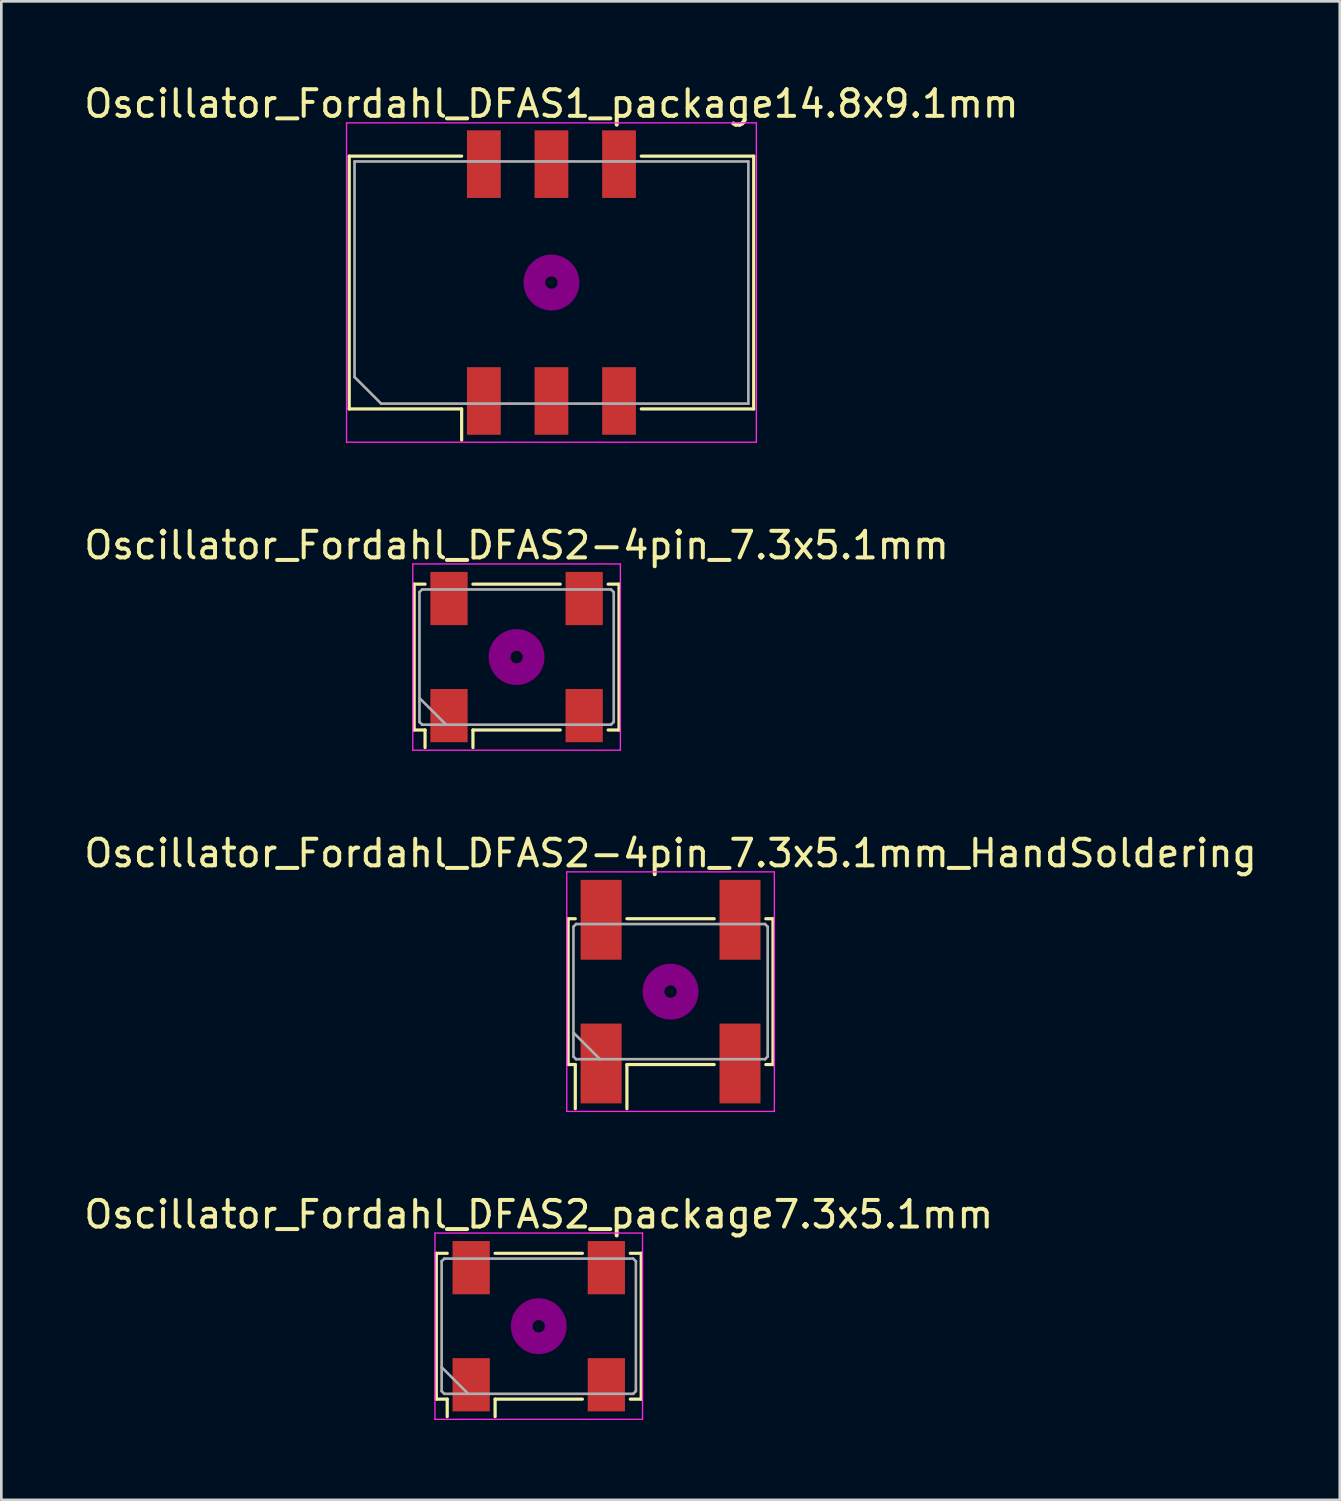
<source format=kicad_pcb>
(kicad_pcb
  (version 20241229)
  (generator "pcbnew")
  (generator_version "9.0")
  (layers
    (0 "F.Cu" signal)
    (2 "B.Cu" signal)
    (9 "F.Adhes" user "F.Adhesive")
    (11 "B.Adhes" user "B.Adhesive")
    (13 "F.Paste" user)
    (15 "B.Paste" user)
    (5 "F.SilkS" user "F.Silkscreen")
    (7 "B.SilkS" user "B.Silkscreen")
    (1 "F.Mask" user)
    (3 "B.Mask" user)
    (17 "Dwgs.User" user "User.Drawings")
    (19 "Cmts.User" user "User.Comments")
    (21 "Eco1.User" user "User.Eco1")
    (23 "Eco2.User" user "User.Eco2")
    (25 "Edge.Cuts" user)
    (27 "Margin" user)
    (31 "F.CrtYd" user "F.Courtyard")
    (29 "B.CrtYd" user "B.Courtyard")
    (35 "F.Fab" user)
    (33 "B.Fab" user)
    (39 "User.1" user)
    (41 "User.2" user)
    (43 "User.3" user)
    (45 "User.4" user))
  (footprint "Oscillator_Fordahl_DFAS2-4pin_7.3x5.1mm"
    (layer "F.Cu")
    (at 16.363 21.642)
    (property "Reference" "Oscillator_Fordahl_DFAS2-4pin_7.3x5.1mm" (at 0 -4.2 0) (layer "F.SilkS") (effects (font (size 1 1) (thickness 0.15))))
    (attr smd)
    (fp_line (start -3.85 -2.74) (end -3.44 -2.74) (stroke (width 0.12) (type solid)) (layer "F.SilkS"))
    (fp_line (start -3.85 2.74) (end -3.85 -2.74) (stroke (width 0.12) (type solid)) (layer "F.SilkS"))
    (fp_line (start -3.44 2.74) (end -3.85 2.74) (stroke (width 0.12) (type solid)) (layer "F.SilkS"))
    (fp_line (start -3.44 3.4) (end -3.44 2.74) (stroke (width 0.12) (type solid)) (layer "F.SilkS"))
    (fp_line (start -1.64 -2.74) (end 1.64 -2.74) (stroke (width 0.12) (type solid)) (layer "F.SilkS"))
    (fp_line (start -1.64 2.74) (end -1.64 3.4) (stroke (width 0.12) (type solid)) (layer "F.SilkS"))
    (fp_line (start 1.64 2.74) (end -1.64 2.74) (stroke (width 0.12) (type solid)) (layer "F.SilkS"))
    (fp_line (start 3.44 -2.74) (end 3.85 -2.74) (stroke (width 0.12) (type solid)) (layer "F.SilkS"))
    (fp_line (start 3.85 -2.74) (end 3.85 2.74) (stroke (width 0.12) (type solid)) (layer "F.SilkS"))
    (fp_line (start 3.85 2.74) (end 3.44 2.74) (stroke (width 0.12) (type solid)) (layer "F.SilkS"))
    (fp_circle (center 0 0) (end 0.233 0) (stroke (width 0.467) (type solid)) (fill no) (layer "F.Adhes"))
    (fp_circle (center 0 0) (end 0.533 0) (stroke (width 0.333) (type solid)) (fill no) (layer "F.Adhes"))
    (fp_circle (center 0 0) (end 0.833 0) (stroke (width 0.333) (type solid)) (fill no) (layer "F.Adhes"))
    (fp_circle (center 0 0) (end 1 0) (stroke (width 0.1) (type solid)) (fill no) (layer "F.Adhes"))
    (fp_line (start -3.9 -3.5) (end -3.9 3.5) (stroke (width 0.05) (type solid)) (layer "F.CrtYd"))
    (fp_line (start -3.9 3.5) (end 3.9 3.5) (stroke (width 0.05) (type solid)) (layer "F.CrtYd"))
    (fp_line (start 3.9 -3.5) (end -3.9 -3.5) (stroke (width 0.05) (type solid)) (layer "F.CrtYd"))
    (fp_line (start 3.9 3.5) (end 3.9 -3.5) (stroke (width 0.05) (type solid)) (layer "F.CrtYd"))
    (fp_line (start -3.65 -2.44) (end -3.55 -2.54) (stroke (width 0.1) (type solid)) (layer "F.Fab"))
    (fp_line (start -3.65 1.54) (end -2.65 2.54) (stroke (width 0.1) (type solid)) (layer "F.Fab"))
    (fp_line (start -3.65 2.44) (end -3.65 -2.44) (stroke (width 0.1) (type solid)) (layer "F.Fab"))
    (fp_line (start -3.55 -2.54) (end 3.55 -2.54) (stroke (width 0.1) (type solid)) (layer "F.Fab"))
    (fp_line (start -3.55 2.54) (end -3.65 2.44) (stroke (width 0.1) (type solid)) (layer "F.Fab"))
    (fp_line (start 3.55 -2.54) (end 3.65 -2.44) (stroke (width 0.1) (type solid)) (layer "F.Fab"))
    (fp_line (start 3.55 2.54) (end -3.55 2.54) (stroke (width 0.1) (type solid)) (layer "F.Fab"))
    (fp_line (start 3.65 -2.44) (end 3.65 2.44) (stroke (width 0.1) (type solid)) (layer "F.Fab"))
    (fp_line (start 3.65 2.44) (end 3.55 2.54) (stroke (width 0.1) (type solid)) (layer "F.Fab"))
    (pad "1" smd rect (at -2.54 2.2) (size 1.4 2) (layers "F.Cu" "F.Mask"))
    (pad "2" smd rect (at 2.54 2.2) (size 1.4 2) (layers "F.Cu" "F.Mask"))
    (pad "3" smd rect (at 2.54 -2.2) (size 1.4 2) (layers "F.Cu" "F.Mask"))
    (pad "4" smd rect (at -2.54 -2.2) (size 1.4 2) (layers "F.Cu" "F.Mask")))
  (footprint "Oscillator_Fordahl_DFAS2-4pin_7.3x5.1mm_HandSoldering"
    (layer "F.Cu")
    (at 22.149 34.215)
    (property "Reference" "Oscillator_Fordahl_DFAS2-4pin_7.3x5.1mm_HandSoldering" (at 0 -5.2 0) (layer "F.SilkS") (effects (font (size 1 1) (thickness 0.15))))
    (attr smd)
    (fp_line (start -3.85 -2.74) (end -3.58 -2.74) (stroke (width 0.12) (type solid)) (layer "F.SilkS"))
    (fp_line (start -3.85 2.74) (end -3.85 -2.74) (stroke (width 0.12) (type solid)) (layer "F.SilkS"))
    (fp_line (start -3.58 2.74) (end -3.85 2.74) (stroke (width 0.12) (type solid)) (layer "F.SilkS"))
    (fp_line (start -3.58 4.4) (end -3.58 2.74) (stroke (width 0.12) (type solid)) (layer "F.SilkS"))
    (fp_line (start -1.64 -2.74) (end 1.64 -2.74) (stroke (width 0.12) (type solid)) (layer "F.SilkS"))
    (fp_line (start -1.64 2.74) (end -1.64 4.4) (stroke (width 0.12) (type solid)) (layer "F.SilkS"))
    (fp_line (start 1.64 2.74) (end -1.64 2.74) (stroke (width 0.12) (type solid)) (layer "F.SilkS"))
    (fp_line (start 3.58 -2.74) (end 3.85 -2.74) (stroke (width 0.12) (type solid)) (layer "F.SilkS"))
    (fp_line (start 3.85 -2.74) (end 3.85 2.74) (stroke (width 0.12) (type solid)) (layer "F.SilkS"))
    (fp_line (start 3.85 2.74) (end 3.58 2.74) (stroke (width 0.12) (type solid)) (layer "F.SilkS"))
    (fp_circle (center 0 0) (end 0.233 0) (stroke (width 0.467) (type solid)) (fill no) (layer "F.Adhes"))
    (fp_circle (center 0 0) (end 0.533 0) (stroke (width 0.333) (type solid)) (fill no) (layer "F.Adhes"))
    (fp_circle (center 0 0) (end 0.833 0) (stroke (width 0.333) (type solid)) (fill no) (layer "F.Adhes"))
    (fp_circle (center 0 0) (end 1 0) (stroke (width 0.1) (type solid)) (fill no) (layer "F.Adhes"))
    (fp_line (start -3.9 -4.5) (end -3.9 4.5) (stroke (width 0.05) (type solid)) (layer "F.CrtYd"))
    (fp_line (start -3.9 4.5) (end 3.9 4.5) (stroke (width 0.05) (type solid)) (layer "F.CrtYd"))
    (fp_line (start 3.9 -4.5) (end -3.9 -4.5) (stroke (width 0.05) (type solid)) (layer "F.CrtYd"))
    (fp_line (start 3.9 4.5) (end 3.9 -4.5) (stroke (width 0.05) (type solid)) (layer "F.CrtYd"))
    (fp_line (start -3.65 -2.44) (end -3.55 -2.54) (stroke (width 0.1) (type solid)) (layer "F.Fab"))
    (fp_line (start -3.65 1.54) (end -2.65 2.54) (stroke (width 0.1) (type solid)) (layer "F.Fab"))
    (fp_line (start -3.65 2.44) (end -3.65 -2.44) (stroke (width 0.1) (type solid)) (layer "F.Fab"))
    (fp_line (start -3.55 -2.54) (end 3.55 -2.54) (stroke (width 0.1) (type solid)) (layer "F.Fab"))
    (fp_line (start -3.55 2.54) (end -3.65 2.44) (stroke (width 0.1) (type solid)) (layer "F.Fab"))
    (fp_line (start 3.55 -2.54) (end 3.65 -2.44) (stroke (width 0.1) (type solid)) (layer "F.Fab"))
    (fp_line (start 3.55 2.54) (end -3.55 2.54) (stroke (width 0.1) (type solid)) (layer "F.Fab"))
    (fp_line (start 3.65 -2.44) (end 3.65 2.44) (stroke (width 0.1) (type solid)) (layer "F.Fab"))
    (fp_line (start 3.65 2.44) (end 3.55 2.54) (stroke (width 0.1) (type solid)) (layer "F.Fab"))
    (pad "1" smd rect (at -2.61 2.7) (size 1.54 3) (layers "F.Cu" "F.Mask"))
    (pad "2" smd rect (at 2.61 2.7) (size 1.54 3) (layers "F.Cu" "F.Mask"))
    (pad "3" smd rect (at 2.61 -2.7) (size 1.54 3) (layers "F.Cu" "F.Mask"))
    (pad "4" smd rect (at -2.61 -2.7) (size 1.54 3) (layers "F.Cu" "F.Mask")))
  (footprint "Oscillator_Fordahl_DFAS2_package7.3x5.1mm"
    (layer "F.Cu")
    (at 17.196 46.788)
    (property "Reference" "Oscillator_Fordahl_DFAS2_package7.3x5.1mm" (at 0 -4.2 0) (layer "F.SilkS") (effects (font (size 1 1) (thickness 0.15))))
    (attr smd)
    (fp_line (start -3.85 -2.74) (end -3.44 -2.74) (stroke (width 0.12) (type solid)) (layer "F.SilkS"))
    (fp_line (start -3.85 2.74) (end -3.85 -2.74) (stroke (width 0.12) (type solid)) (layer "F.SilkS"))
    (fp_line (start -3.44 2.74) (end -3.85 2.74) (stroke (width 0.12) (type solid)) (layer "F.SilkS"))
    (fp_line (start -3.44 3.4) (end -3.44 2.74) (stroke (width 0.12) (type solid)) (layer "F.SilkS"))
    (fp_line (start -1.64 -2.74) (end 1.64 -2.74) (stroke (width 0.12) (type solid)) (layer "F.SilkS"))
    (fp_line (start -1.64 2.74) (end -1.64 3.4) (stroke (width 0.12) (type solid)) (layer "F.SilkS"))
    (fp_line (start 1.64 2.74) (end -1.64 2.74) (stroke (width 0.12) (type solid)) (layer "F.SilkS"))
    (fp_line (start 3.44 -2.74) (end 3.85 -2.74) (stroke (width 0.12) (type solid)) (layer "F.SilkS"))
    (fp_line (start 3.85 -2.74) (end 3.85 2.74) (stroke (width 0.12) (type solid)) (layer "F.SilkS"))
    (fp_line (start 3.85 2.74) (end 3.44 2.74) (stroke (width 0.12) (type solid)) (layer "F.SilkS"))
    (fp_circle (center 0 0) (end 0.233 0) (stroke (width 0.467) (type solid)) (fill no) (layer "F.Adhes"))
    (fp_circle (center 0 0) (end 0.533 0) (stroke (width 0.333) (type solid)) (fill no) (layer "F.Adhes"))
    (fp_circle (center 0 0) (end 0.833 0) (stroke (width 0.333) (type solid)) (fill no) (layer "F.Adhes"))
    (fp_circle (center 0 0) (end 1 0) (stroke (width 0.1) (type solid)) (fill no) (layer "F.Adhes"))
    (fp_line (start -3.9 -3.5) (end -3.9 3.5) (stroke (width 0.05) (type solid)) (layer "F.CrtYd"))
    (fp_line (start -3.9 3.5) (end 3.9 3.5) (stroke (width 0.05) (type solid)) (layer "F.CrtYd"))
    (fp_line (start 3.9 -3.5) (end -3.9 -3.5) (stroke (width 0.05) (type solid)) (layer "F.CrtYd"))
    (fp_line (start 3.9 3.5) (end 3.9 -3.5) (stroke (width 0.05) (type solid)) (layer "F.CrtYd"))
    (fp_line (start -3.65 -2.44) (end -3.55 -2.54) (stroke (width 0.1) (type solid)) (layer "F.Fab"))
    (fp_line (start -3.65 1.54) (end -2.65 2.54) (stroke (width 0.1) (type solid)) (layer "F.Fab"))
    (fp_line (start -3.65 2.44) (end -3.65 -2.44) (stroke (width 0.1) (type solid)) (layer "F.Fab"))
    (fp_line (start -3.55 -2.54) (end 3.55 -2.54) (stroke (width 0.1) (type solid)) (layer "F.Fab"))
    (fp_line (start -3.55 2.54) (end -3.65 2.44) (stroke (width 0.1) (type solid)) (layer "F.Fab"))
    (fp_line (start 3.55 -2.54) (end 3.65 -2.44) (stroke (width 0.1) (type solid)) (layer "F.Fab"))
    (fp_line (start 3.55 2.54) (end -3.55 2.54) (stroke (width 0.1) (type solid)) (layer "F.Fab"))
    (fp_line (start 3.65 -2.44) (end 3.65 2.44) (stroke (width 0.1) (type solid)) (layer "F.Fab"))
    (fp_line (start 3.65 2.44) (end 3.55 2.54) (stroke (width 0.1) (type solid)) (layer "F.Fab"))
    (pad "1" smd rect (at -2.54 2.2) (size 1.4 2) (layers "F.Cu" "F.Mask"))
    (pad "2" smd rect (at 2.54 2.2) (size 1.4 2) (layers "F.Cu" "F.Mask"))
    (pad "3" smd rect (at 2.54 -2.2) (size 1.4 2) (layers "F.Cu" "F.Mask"))
    (pad "4" smd rect (at -2.54 -2.2) (size 1.4 2) (layers "F.Cu" "F.Mask")))
  (footprint "Oscillator_Fordahl_DFAS1_package14.8x9.1mm"
    (layer "F.Cu")
    (at 17.673 7.568)
    (property "Reference" "Oscillator_Fordahl_DFAS1_package14.8x9.1mm" (at 0 -6.72 0) (layer "F.SilkS") (effects (font (size 1 1) (thickness 0.15))))
    (attr smd)
    (fp_line (start -7.6 -4.75) (end -3.375 -4.75) (stroke (width 0.12) (type solid)) (layer "F.SilkS"))
    (fp_line (start -7.6 4.75) (end -7.6 -4.75) (stroke (width 0.12) (type solid)) (layer "F.SilkS"))
    (fp_line (start -3.375 4.75) (end -7.6 4.75) (stroke (width 0.12) (type solid)) (layer "F.SilkS"))
    (fp_line (start -3.375 5.92) (end -3.375 4.75) (stroke (width 0.12) (type solid)) (layer "F.SilkS"))
    (fp_line (start 3.375 -4.75) (end 7.6 -4.75) (stroke (width 0.12) (type solid)) (layer "F.SilkS"))
    (fp_line (start 7.6 -4.75) (end 7.6 4.75) (stroke (width 0.12) (type solid)) (layer "F.SilkS"))
    (fp_line (start 7.6 4.75) (end 3.375 4.75) (stroke (width 0.12) (type solid)) (layer "F.SilkS"))
    (fp_circle (center 0 0) (end 0.233 0) (stroke (width 0.467) (type solid)) (fill no) (layer "F.Adhes"))
    (fp_circle (center 0 0) (end 0.533 0) (stroke (width 0.333) (type solid)) (fill no) (layer "F.Adhes"))
    (fp_circle (center 0 0) (end 0.833 0) (stroke (width 0.333) (type solid)) (fill no) (layer "F.Adhes"))
    (fp_circle (center 0 0) (end 1 0) (stroke (width 0.1) (type solid)) (fill no) (layer "F.Adhes"))
    (fp_line (start -7.7 -6) (end -7.7 6) (stroke (width 0.05) (type solid)) (layer "F.CrtYd"))
    (fp_line (start -7.7 6) (end 7.7 6) (stroke (width 0.05) (type solid)) (layer "F.CrtYd"))
    (fp_line (start 7.7 -6) (end -7.7 -6) (stroke (width 0.05) (type solid)) (layer "F.CrtYd"))
    (fp_line (start 7.7 6) (end 7.7 -6) (stroke (width 0.05) (type solid)) (layer "F.CrtYd"))
    (fp_line (start -7.4 -4.55) (end 7.4 -4.55) (stroke (width 0.1) (type solid)) (layer "F.Fab"))
    (fp_line (start -7.4 3.55) (end -7.4 -4.55) (stroke (width 0.1) (type solid)) (layer "F.Fab"))
    (fp_line (start -6.4 4.55) (end -7.4 3.55) (stroke (width 0.1) (type solid)) (layer "F.Fab"))
    (fp_line (start 7.4 -4.55) (end 7.4 4.55) (stroke (width 0.1) (type solid)) (layer "F.Fab"))
    (fp_line (start 7.4 4.55) (end -6.4 4.55) (stroke (width 0.1) (type solid)) (layer "F.Fab"))
    (pad "1" smd rect (at -2.54 4.45) (size 1.27 2.54) (layers "F.Cu" "F.Mask"))
    (pad "2" smd rect (at 0 4.45) (size 1.27 2.54) (layers "F.Cu" "F.Mask"))
    (pad "3" smd rect (at 2.54 4.45) (size 1.27 2.54) (layers "F.Cu" "F.Mask"))
    (pad "4" smd rect (at 2.54 -4.45) (size 1.27 2.54) (layers "F.Cu" "F.Mask"))
    (pad "5" smd rect (at 0 -4.45) (size 1.27 2.54) (layers "F.Cu" "F.Mask"))
    (pad "6" smd rect (at -2.54 -4.45) (size 1.27 2.54) (layers "F.Cu" "F.Mask")))
  (gr_rect
    (start -3 -3)
    (end 47.298 53.313)
    (stroke (width 0.1) (type default))
    (fill no)
    (layer "Edge.Cuts")))
</source>
